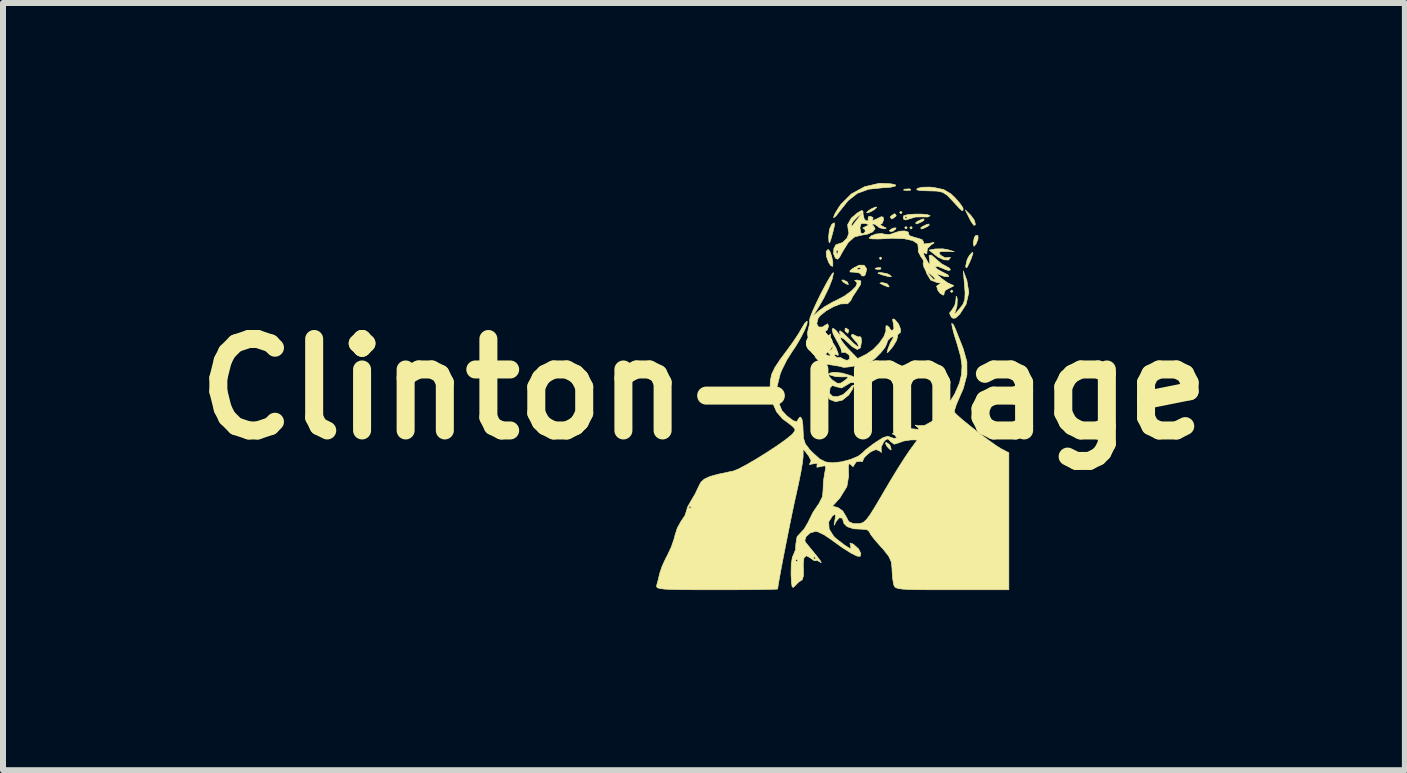
<source format=kicad_pcb>
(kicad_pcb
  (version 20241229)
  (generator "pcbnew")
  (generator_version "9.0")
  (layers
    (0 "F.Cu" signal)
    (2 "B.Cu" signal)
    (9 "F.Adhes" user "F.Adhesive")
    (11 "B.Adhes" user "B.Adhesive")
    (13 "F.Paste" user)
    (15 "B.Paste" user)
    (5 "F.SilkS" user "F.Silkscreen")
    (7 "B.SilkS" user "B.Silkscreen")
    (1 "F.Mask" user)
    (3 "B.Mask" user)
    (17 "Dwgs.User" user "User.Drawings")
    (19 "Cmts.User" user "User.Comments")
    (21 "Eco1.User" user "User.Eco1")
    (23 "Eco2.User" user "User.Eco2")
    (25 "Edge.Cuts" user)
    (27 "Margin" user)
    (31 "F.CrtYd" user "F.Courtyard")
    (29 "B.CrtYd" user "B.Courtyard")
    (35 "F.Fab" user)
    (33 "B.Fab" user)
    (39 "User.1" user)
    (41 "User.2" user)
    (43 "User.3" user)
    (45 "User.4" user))
  (footprint "Clinton-image"
    (layer "F.Cu")
    (at 8.68 3.433)
    (property "Reference" "Clinton-image" (at 0 0 0) (layer "F.SilkS") (effects (font (size 1.524 1.524) (thickness 0.3))))
    (attr through_hole)
    (fp_poly (pts (xy 2.963 -2.18) (xy 2.942 -2.159) (xy 2.921 -2.18) (xy 2.942 -2.201) (xy 2.963 -2.18)) (stroke (width 0.01) (type solid)) (fill yes) (layer "F.SilkS"))
    (fp_poly (pts (xy 3.302 -2.942) (xy 3.281 -2.921) (xy 3.26 -2.942) (xy 3.281 -2.963) (xy 3.302 -2.942)) (stroke (width 0.01) (type solid)) (fill yes) (layer "F.SilkS"))
    (fp_poly (pts (xy 3.387 -2.688) (xy 3.365 -2.667) (xy 3.344 -2.688) (xy 3.365 -2.709) (xy 3.387 -2.688)) (stroke (width 0.01) (type solid)) (fill yes) (layer "F.SilkS"))
    (fp_poly (pts (xy 3.471 -2.688) (xy 3.45 -2.667) (xy 3.429 -2.688) (xy 3.45 -2.709) (xy 3.471 -2.688)) (stroke (width 0.01) (type solid)) (fill yes) (layer "F.SilkS"))
    (fp_poly (pts (xy 4.149 -1.63) (xy 4.128 -1.609) (xy 4.106 -1.63) (xy 4.128 -1.651) (xy 4.149 -1.63)) (stroke (width 0.01) (type solid)) (fill yes) (layer "F.SilkS"))
    (fp_poly (pts (xy 2.952 -2.015) (xy 2.939 -1.996) (xy 2.896 -1.993) (xy 2.851 -2.003) (xy 2.871 -2.019) (xy 2.937 -2.024) (xy 2.952 -2.015)) (stroke (width 0.01) (type solid)) (fill yes) (layer "F.SilkS"))
    (fp_poly (pts (xy 3.203 0.734) (xy 3.197 0.759) (xy 3.175 0.762) (xy 3.14 0.747) (xy 3.147 0.734) (xy 3.197 0.729) (xy 3.203 0.734)) (stroke (width 0.01) (type solid)) (fill yes) (layer "F.SilkS"))
    (fp_poly (pts (xy 3.44 -3.33) (xy 3.445 -3.315) (xy 3.387 -3.309) (xy 3.327 -3.315) (xy 3.334 -3.33) (xy 3.42 -3.336) (xy 3.44 -3.33)) (stroke (width 0.01) (type solid)) (fill yes) (layer "F.SilkS"))
    (fp_poly (pts (xy 2.383 -1.79) (xy 2.392 -1.778) (xy 2.407 -1.74) (xy 2.367 -1.754) (xy 2.328 -1.778) (xy 2.296 -1.812) (xy 2.315 -1.82) (xy 2.383 -1.79)) (stroke (width 0.01) (type solid)) (fill yes) (layer "F.SilkS"))
    (fp_poly (pts (xy 3.196 -2.667) (xy 3.151 -2.631) (xy 3.102 -2.626) (xy 3.09 -2.641) (xy 3.124 -2.668) (xy 3.156 -2.683) (xy 3.2 -2.686) (xy 3.196 -2.667)) (stroke (width 0.01) (type solid)) (fill yes) (layer "F.SilkS"))
    (fp_poly (pts (xy 4.446 -2.895) (xy 4.507 -2.811) (xy 4.523 -2.74) (xy 4.499 -2.727) (xy 4.452 -2.79) (xy 4.431 -2.83) (xy 4.354 -2.985) (xy 4.446 -2.895)) (stroke (width 0.01) (type solid)) (fill yes) (layer "F.SilkS"))
    (fp_poly (pts (xy 2.411 -0.985) (xy 2.413 -0.974) (xy 2.399 -0.932) (xy 2.394 -0.931) (xy 2.358 -0.961) (xy 2.349 -0.974) (xy 2.353 -1.013) (xy 2.368 -1.016) (xy 2.411 -0.985)) (stroke (width 0.01) (type solid)) (fill yes) (layer "F.SilkS"))
    (fp_poly (pts (xy 2.879 -3.03) (xy 2.846 -2.996) (xy 2.794 -2.963) (xy 2.729 -2.936) (xy 2.709 -2.939) (xy 2.742 -2.973) (xy 2.794 -3.006) (xy 2.859 -3.033) (xy 2.879 -3.03)) (stroke (width 0.01) (type solid)) (fill yes) (layer "F.SilkS"))
    (fp_poly (pts (xy 3.048 -1.756) (xy 3.069 -1.736) (xy 3.086 -1.703) (xy 3.061 -1.704) (xy 2.985 -1.736) (xy 2.931 -1.764) (xy 2.955 -1.774) (xy 2.971 -1.775) (xy 3.048 -1.756)) (stroke (width 0.01) (type solid)) (fill yes) (layer "F.SilkS"))
    (fp_poly (pts (xy 3.089 0.923) (xy 3.106 0.953) (xy 3.119 1.008) (xy 3.115 1.016) (xy 3.08 0.988) (xy 3.048 0.953) (xy 3.022 0.901) (xy 3.038 0.889) (xy 3.089 0.923)) (stroke (width 0.01) (type solid)) (fill yes) (layer "F.SilkS"))
    (fp_poly (pts (xy 3.203 -2.895) (xy 3.196 -2.879) (xy 3.14 -2.838) (xy 3.128 -2.836) (xy 3.105 -2.862) (xy 3.111 -2.879) (xy 3.168 -2.919) (xy 3.18 -2.921) (xy 3.203 -2.895)) (stroke (width 0.01) (type solid)) (fill yes) (layer "F.SilkS"))
    (fp_poly (pts (xy 3.669 -2.818) (xy 3.641 -2.794) (xy 3.563 -2.758) (xy 3.535 -2.753) (xy 3.527 -2.77) (xy 3.556 -2.794) (xy 3.633 -2.83) (xy 3.662 -2.835) (xy 3.669 -2.818)) (stroke (width 0.01) (type solid)) (fill yes) (layer "F.SilkS"))
    (fp_poly (pts (xy 3.754 -2.733) (xy 3.725 -2.709) (xy 3.648 -2.674) (xy 3.619 -2.668) (xy 3.612 -2.686) (xy 3.641 -2.709) (xy 3.718 -2.745) (xy 3.747 -2.75) (xy 3.754 -2.733)) (stroke (width 0.01) (type solid)) (fill yes) (layer "F.SilkS"))
    (fp_poly (pts (xy 3.046 -1.925) (xy 3.09 -1.905) (xy 3.124 -1.874) (xy 3.084 -1.872) (xy 2.976 -1.901) (xy 2.963 -1.905) (xy 2.898 -1.93) (xy 2.91 -1.94) (xy 2.942 -1.942) (xy 3.046 -1.925)) (stroke (width 0.01) (type solid)) (fill yes) (layer "F.SilkS"))
    (fp_poly (pts (xy 4.482 -2.262) (xy 4.451 -2.171) (xy 4.425 -2.111) (xy 4.385 -2.029) (xy 4.365 -2.024) (xy 4.362 -2.056) (xy 4.386 -2.159) (xy 4.422 -2.225) (xy 4.472 -2.28) (xy 4.482 -2.262)) (stroke (width 0.01) (type solid)) (fill yes) (layer "F.SilkS"))
    (fp_poly (pts (xy 4.565 -2.558) (xy 4.567 -2.504) (xy 4.538 -2.427) (xy 4.53 -2.413) (xy 4.499 -2.379) (xy 4.488 -2.421) (xy 4.488 -2.442) (xy 4.505 -2.528) (xy 4.53 -2.561) (xy 4.565 -2.558)) (stroke (width 0.01) (type solid)) (fill yes) (layer "F.SilkS"))
    (fp_poly (pts (xy 2.099 -2.292) (xy 2.128 -2.209) (xy 2.147 -2.116) (xy 2.146 -2.051) (xy 2.142 -2.043) (xy 2.111 -2.06) (xy 2.078 -2.11) (xy 2.04 -2.212) (xy 2.036 -2.294) (xy 2.069 -2.328) (xy 2.069 -2.328) (xy 2.099 -2.292)) (stroke (width 0.01) (type solid)) (fill yes) (layer "F.SilkS"))
    (fp_poly (pts (xy 2.177 -2.74) (xy 2.155 -2.642) (xy 2.154 -2.638) (xy 2.116 -2.5) (xy 2.094 -2.439) (xy 2.083 -2.449) (xy 2.078 -2.525) (xy 2.078 -2.545) (xy 2.091 -2.663) (xy 2.13 -2.745) (xy 2.135 -2.75) (xy 2.171 -2.771) (xy 2.177 -2.74)) (stroke (width 0.01) (type solid)) (fill yes) (layer "F.SilkS"))
    (fp_poly (pts (xy 4.064 -2.322) (xy 4.17 -2.29) (xy 4.064 -2.293) (xy 3.954 -2.292) (xy 3.915 -2.278) (xy 3.932 -2.243) (xy 3.946 -2.228) (xy 4.016 -2.188) (xy 4.053 -2.19) (xy 4.101 -2.196) (xy 4.106 -2.189) (xy 4.075 -2.15) (xy 3.999 -2.154) (xy 3.904 -2.197) (xy 3.872 -2.22) (xy 3.752 -2.316) (xy 3.855 -2.335) (xy 3.979 -2.337) (xy 4.064 -2.322)) (stroke (width 0.01) (type solid)) (fill yes) (layer "F.SilkS"))
    (fp_poly (pts (xy 3.118 -3.42) (xy 3.193 -3.402) (xy 3.187 -3.381) (xy 3.101 -3.362) (xy 2.982 -3.355) (xy 2.742 -3.33) (xy 2.556 -3.262) (xy 2.4 -3.139) (xy 2.261 -2.964) (xy 2.2 -2.885) (xy 2.163 -2.856) (xy 2.159 -2.862) (xy 2.182 -2.921) (xy 2.241 -3.019) (xy 2.282 -3.078) (xy 2.455 -3.251) (xy 2.675 -3.371) (xy 2.913 -3.427) (xy 2.966 -3.428) (xy 3.118 -3.42)) (stroke (width 0.01) (type solid)) (fill yes) (layer "F.SilkS"))
    (fp_poly (pts (xy 3.625 -2.915) (xy 3.722 -2.907) (xy 3.767 -2.89) (xy 3.768 -2.888) (xy 3.732 -2.867) (xy 3.646 -2.869) (xy 3.524 -2.867) (xy 3.436 -2.84) (xy 3.356 -2.817) (xy 3.325 -2.833) (xy 3.325 -2.857) (xy 3.344 -2.857) (xy 3.365 -2.836) (xy 3.387 -2.857) (xy 3.365 -2.879) (xy 3.344 -2.857) (xy 3.325 -2.857) (xy 3.324 -2.883) (xy 3.333 -2.89) (xy 3.401 -2.907) (xy 3.509 -2.915) (xy 3.625 -2.915)) (stroke (width 0.01) (type solid)) (fill yes) (layer "F.SilkS"))
    (fp_poly (pts (xy 3.831 -3.359) (xy 3.992 -3.325) (xy 4.113 -3.254) (xy 4.18 -3.191) (xy 4.262 -3.097) (xy 4.312 -3.025) (xy 4.318 -3.006) (xy 4.315 -2.974) (xy 4.296 -2.976) (xy 4.249 -3.02) (xy 4.16 -3.117) (xy 4.145 -3.133) (xy 4.054 -3.229) (xy 3.977 -3.279) (xy 3.881 -3.299) (xy 3.743 -3.303) (xy 3.604 -3.307) (xy 3.544 -3.321) (xy 3.556 -3.344) (xy 3.633 -3.363) (xy 3.758 -3.366) (xy 3.831 -3.359)) (stroke (width 0.01) (type solid)) (fill yes) (layer "F.SilkS"))
    (fp_poly (pts (xy 2.668 -2.064) (xy 2.708 -2.009) (xy 2.709 -1.992) (xy 2.69 -1.911) (xy 2.667 -1.884) (xy 2.628 -1.887) (xy 2.625 -1.903) (xy 2.588 -1.935) (xy 2.511 -1.947) (xy 2.433 -1.951) (xy 2.433 -1.972) (xy 2.479 -2.009) (xy 2.495 -2.018) (xy 2.554 -2.018) (xy 2.56 -1.993) (xy 2.582 -1.99) (xy 2.617 -2.005) (xy 2.611 -2.018) (xy 2.56 -2.023) (xy 2.554 -2.018) (xy 2.495 -2.018) (xy 2.585 -2.065) (xy 2.668 -2.064)) (stroke (width 0.01) (type solid)) (fill yes) (layer "F.SilkS"))
    (fp_poly (pts (xy 4.38 -1.812) (xy 4.413 -1.611) (xy 4.367 -1.412) (xy 4.263 -1.25) (xy 4.193 -1.184) (xy 4.147 -1.18) (xy 4.119 -1.204) (xy 4.091 -1.265) (xy 4.129 -1.314) (xy 4.179 -1.393) (xy 4.197 -1.476) (xy 4.203 -1.547) (xy 4.212 -1.536) (xy 4.221 -1.494) (xy 4.216 -1.383) (xy 4.191 -1.304) (xy 4.172 -1.255) (xy 4.195 -1.268) (xy 4.255 -1.333) (xy 4.317 -1.414) (xy 4.346 -1.493) (xy 4.351 -1.6) (xy 4.343 -1.714) (xy 4.321 -1.968) (xy 4.38 -1.812)) (stroke (width 0.01) (type solid)) (fill yes) (layer "F.SilkS"))
    (fp_poly (pts (xy 2.304 -0.266) (xy 2.444 -0.225) (xy 2.465 -0.217) (xy 2.569 -0.164) (xy 2.619 -0.123) (xy 2.608 -0.105) (xy 2.539 -0.115) (xy 2.438 -0.105) (xy 2.373 -0.065) (xy 2.292 -0.018) (xy 2.209 -0.038) (xy 2.138 -0.06) (xy 2.1 -0.019) (xy 2.1 -0.017) (xy 2.093 0.071) (xy 2.142 0.12) (xy 2.224 0.127) (xy 2.32 0.091) (xy 2.408 0.011) (xy 2.465 -0.054) (xy 2.495 -0.065) (xy 2.496 -0.059) (xy 2.473 0.005) (xy 2.415 0.094) (xy 2.41 0.1) (xy 2.307 0.184) (xy 2.194 0.21) (xy 2.097 0.173) (xy 2.082 0.157) (xy 2.056 0.084) (xy 2.044 -0.036) (xy 2.045 -0.086) (xy 2.054 -0.203) (xy 2.073 -0.243) (xy 2.08 -0.243) (xy 2.082 -0.214) (xy 2.127 -0.161) (xy 2.148 -0.144) (xy 2.224 -0.095) (xy 2.282 -0.1) (xy 2.352 -0.148) (xy 2.402 -0.191) (xy 2.386 -0.205) (xy 2.306 -0.203) (xy 2.197 -0.207) (xy 2.126 -0.227) (xy 2.08 -0.243) (xy 2.073 -0.243) (xy 2.08 -0.259) (xy 2.139 -0.278) (xy 2.18 -0.28) (xy 2.304 -0.266)) (stroke (width 0.01) (type solid)) (fill yes) (layer "F.SilkS"))
    (fp_poly (pts (xy 2.65 -2.964) (xy 2.651 -2.911) (xy 2.671 -2.831) (xy 2.705 -2.803) (xy 2.742 -2.807) (xy 2.734 -2.831) (xy 2.739 -2.872) (xy 2.773 -2.879) (xy 2.818 -2.857) (xy 2.813 -2.832) (xy 2.81 -2.807) (xy 2.868 -2.831) (xy 2.871 -2.832) (xy 2.953 -2.872) (xy 2.986 -2.865) (xy 2.992 -2.815) (xy 2.967 -2.757) (xy 2.946 -2.749) (xy 2.941 -2.733) (xy 2.985 -2.709) (xy 3.038 -2.681) (xy 3.014 -2.671) (xy 2.998 -2.67) (xy 2.921 -2.689) (xy 2.9 -2.709) (xy 2.838 -2.75) (xy 2.823 -2.751) (xy 2.799 -2.739) (xy 2.828 -2.716) (xy 2.852 -2.67) (xy 2.811 -2.62) (xy 2.723 -2.581) (xy 2.632 -2.566) (xy 2.51 -2.536) (xy 2.407 -2.448) (xy 2.312 -2.295) (xy 2.26 -2.199) (xy 2.228 -2.164) (xy 2.199 -2.176) (xy 2.187 -2.187) (xy 2.159 -2.256) (xy 2.161 -2.286) (xy 2.201 -2.286) (xy 2.217 -2.251) (xy 2.23 -2.258) (xy 2.235 -2.308) (xy 2.23 -2.314) (xy 2.204 -2.308) (xy 2.201 -2.286) (xy 2.161 -2.286) (xy 2.164 -2.341) (xy 2.197 -2.403) (xy 2.223 -2.413) (xy 2.312 -2.443) (xy 2.384 -2.515) (xy 2.415 -2.599) (xy 2.406 -2.64) (xy 2.4 -2.682) (xy 2.599 -2.682) (xy 2.615 -2.599) (xy 2.654 -2.588) (xy 2.688 -2.625) (xy 2.681 -2.664) (xy 2.659 -2.67) (xy 2.646 -2.684) (xy 2.686 -2.705) (xy 2.744 -2.732) (xy 2.723 -2.749) (xy 2.684 -2.76) (xy 2.619 -2.759) (xy 2.6 -2.697) (xy 2.599 -2.682) (xy 2.4 -2.682) (xy 2.394 -2.738) (xy 2.455 -2.738) (xy 2.463 -2.71) (xy 2.466 -2.713) (xy 2.498 -2.755) (xy 2.559 -2.833) (xy 2.562 -2.836) (xy 2.646 -2.942) (xy 2.551 -2.862) (xy 2.482 -2.79) (xy 2.455 -2.738) (xy 2.394 -2.738) (xy 2.394 -2.74) (xy 2.455 -2.849) (xy 2.554 -2.933) (xy 2.626 -2.976) (xy 2.65 -2.964)) (stroke (width 0.01) (type solid)) (fill yes) (layer "F.SilkS"))
    (fp_poly (pts (xy 3.404 -2.616) (xy 3.408 -2.582) (xy 3.43 -2.554) (xy 3.513 -2.526) (xy 3.536 -2.521) (xy 3.634 -2.491) (xy 3.659 -2.452) (xy 3.657 -2.447) (xy 3.664 -2.419) (xy 3.744 -2.427) (xy 3.751 -2.428) (xy 3.83 -2.444) (xy 3.834 -2.435) (xy 3.784 -2.403) (xy 3.724 -2.341) (xy 3.716 -2.291) (xy 3.713 -2.253) (xy 3.684 -2.264) (xy 3.654 -2.273) (xy 3.669 -2.226) (xy 3.685 -2.196) (xy 3.74 -2.099) (xy 3.766 -2.078) (xy 3.76 -2.135) (xy 3.757 -2.148) (xy 3.751 -2.227) (xy 3.788 -2.234) (xy 3.864 -2.17) (xy 3.873 -2.16) (xy 3.961 -2.086) (xy 4.027 -2.051) (xy 4.093 -2.013) (xy 4.106 -1.986) (xy 4.074 -1.975) (xy 3.995 -2.003) (xy 3.979 -2.011) (xy 3.895 -2.045) (xy 3.853 -2.042) (xy 3.852 -2.038) (xy 3.887 -1.998) (xy 3.973 -1.95) (xy 3.987 -1.944) (xy 4.063 -1.904) (xy 4.079 -1.876) (xy 4.074 -1.873) (xy 4.002 -1.878) (xy 3.929 -1.904) (xy 3.88 -1.924) (xy 3.895 -1.9) (xy 3.958 -1.844) (xy 4.056 -1.773) (xy 4.136 -1.735) (xy 4.149 -1.733) (xy 4.16 -1.719) (xy 4.104 -1.689) (xy 4.095 -1.686) (xy 4.02 -1.645) (xy 4.003 -1.605) (xy 4.003 -1.605) (xy 3.997 -1.569) (xy 3.983 -1.566) (xy 3.931 -1.599) (xy 3.896 -1.648) (xy 3.876 -1.715) (xy 3.921 -1.747) (xy 3.927 -1.749) (xy 3.953 -1.764) (xy 3.897 -1.773) (xy 3.889 -1.773) (xy 3.778 -1.816) (xy 3.712 -1.925) (xy 3.707 -1.947) (xy 3.728 -1.947) (xy 3.739 -1.925) (xy 3.762 -1.894) (xy 3.824 -1.829) (xy 3.852 -1.829) (xy 3.852 -1.836) (xy 3.823 -1.872) (xy 3.778 -1.91) (xy 3.728 -1.947) (xy 3.707 -1.947) (xy 3.707 -1.947) (xy 3.683 -1.998) (xy 3.668 -2.024) (xy 3.65 -2.087) (xy 3.658 -2.105) (xy 3.653 -2.152) (xy 3.614 -2.207) (xy 3.57 -2.29) (xy 3.571 -2.348) (xy 3.562 -2.42) (xy 3.48 -2.474) (xy 3.335 -2.506) (xy 3.137 -2.513) (xy 3.059 -2.508) (xy 2.91 -2.501) (xy 2.801 -2.503) (xy 2.752 -2.513) (xy 2.752 -2.515) (xy 2.788 -2.554) (xy 2.87 -2.584) (xy 2.961 -2.592) (xy 3.006 -2.581) (xy 3.092 -2.574) (xy 3.172 -2.602) (xy 3.26 -2.631) (xy 3.346 -2.635) (xy 3.404 -2.616)) (stroke (width 0.01) (type solid)) (fill yes) (layer "F.SilkS"))
    (fp_poly (pts (xy 2.137 -1.835) (xy 2.079 -1.686) (xy 1.995 -1.514) (xy 1.918 -1.381) (xy 1.809 -1.206) (xy 1.91 -1.3) (xy 2.012 -1.374) (xy 2.149 -1.452) (xy 2.203 -1.477) (xy 2.341 -1.55) (xy 2.454 -1.632) (xy 2.53 -1.708) (xy 2.553 -1.768) (xy 2.533 -1.791) (xy 2.511 -1.811) (xy 2.551 -1.817) (xy 2.614 -1.802) (xy 2.611 -1.746) (xy 2.547 -1.646) (xy 2.481 -1.547) (xy 2.443 -1.472) (xy 2.393 -1.42) (xy 2.355 -1.422) (xy 2.273 -1.418) (xy 2.157 -1.373) (xy 2.035 -1.304) (xy 1.938 -1.226) (xy 1.902 -1.181) (xy 1.879 -1.089) (xy 1.909 -1.034) (xy 1.974 -1.034) (xy 2.009 -1.057) (xy 2.06 -1.088) (xy 2.074 -1.052) (xy 2.074 -1.042) (xy 2.054 -0.983) (xy 2.033 -0.974) (xy 2.011 -0.942) (xy 2.018 -0.907) (xy 2.047 -0.864) (xy 2.084 -0.896) (xy 2.11 -0.918) (xy 2.105 -0.864) (xy 2.103 -0.857) (xy 2.099 -0.792) (xy 2.114 -0.782) (xy 2.153 -0.763) (xy 2.195 -0.695) (xy 2.236 -0.596) (xy 2.236 -0.56) (xy 2.195 -0.576) (xy 2.166 -0.581) (xy 2.178 -0.554) (xy 2.219 -0.521) (xy 2.233 -0.526) (xy 2.281 -0.524) (xy 2.312 -0.504) (xy 2.382 -0.476) (xy 2.427 -0.501) (xy 2.422 -0.559) (xy 2.41 -0.575) (xy 2.351 -0.614) (xy 2.322 -0.61) (xy 2.294 -0.611) (xy 2.295 -0.621) (xy 2.282 -0.675) (xy 2.234 -0.771) (xy 2.207 -0.817) (xy 2.152 -0.922) (xy 2.135 -0.992) (xy 2.151 -1.015) (xy 2.201 -0.976) (xy 2.223 -0.949) (xy 2.269 -0.893) (xy 2.273 -0.906) (xy 2.257 -0.953) (xy 2.266 -0.972) (xy 2.32 -0.933) (xy 2.405 -0.849) (xy 2.497 -0.758) (xy 2.561 -0.707) (xy 2.582 -0.706) (xy 2.553 -0.769) (xy 2.519 -0.804) (xy 2.465 -0.868) (xy 2.455 -0.899) (xy 2.479 -0.915) (xy 2.512 -0.895) (xy 2.574 -0.868) (xy 2.597 -0.875) (xy 2.617 -0.861) (xy 2.625 -0.793) (xy 2.607 -0.687) (xy 2.554 -0.659) (xy 2.469 -0.708) (xy 2.415 -0.76) (xy 2.336 -0.833) (xy 2.283 -0.862) (xy 2.273 -0.858) (xy 2.289 -0.812) (xy 2.351 -0.729) (xy 2.407 -0.667) (xy 2.561 -0.508) (xy 2.708 -0.582) (xy 2.819 -0.659) (xy 2.922 -0.765) (xy 2.999 -0.877) (xy 3.033 -0.972) (xy 3.03 -1.003) (xy 3.033 -1.052) (xy 3.049 -1.058) (xy 3.089 -1.026) (xy 3.09 -1.016) (xy 3.123 -0.976) (xy 3.137 -0.974) (xy 3.165 -1.009) (xy 3.156 -1.087) (xy 3.142 -1.162) (xy 3.162 -1.169) (xy 3.189 -1.149) (xy 3.243 -1.082) (xy 3.274 -1.003) (xy 3.274 -0.944) (xy 3.254 -0.931) (xy 3.224 -0.899) (xy 3.226 -0.877) (xy 3.21 -0.812) (xy 3.154 -0.718) (xy 3.138 -0.697) (xy 3.074 -0.62) (xy 3.052 -0.607) (xy 3.062 -0.654) (xy 3.069 -0.677) (xy 3.11 -0.78) (xy 3.144 -0.837) (xy 3.162 -0.874) (xy 3.117 -0.864) (xy 3.058 -0.804) (xy 3.048 -0.762) (xy 3.018 -0.697) (xy 2.946 -0.606) (xy 2.854 -0.513) (xy 2.768 -0.443) (xy 2.718 -0.421) (xy 2.661 -0.413) (xy 2.554 -0.394) (xy 2.509 -0.385) (xy 2.397 -0.367) (xy 2.327 -0.362) (xy 2.317 -0.364) (xy 2.27 -0.378) (xy 2.173 -0.395) (xy 2.157 -0.397) (xy 2.01 -0.42) (xy 1.921 -0.456) (xy 1.86 -0.526) (xy 1.802 -0.651) (xy 1.793 -0.671) (xy 1.756 -0.776) (xy 1.907 -0.776) (xy 1.934 -0.674) (xy 2.003 -0.588) (xy 2.086 -0.551) (xy 2.088 -0.551) (xy 2.114 -0.563) (xy 2.091 -0.583) (xy 2.041 -0.638) (xy 2.085 -0.638) (xy 2.091 -0.635) (xy 2.129 -0.665) (xy 2.138 -0.677) (xy 2.149 -0.717) (xy 2.143 -0.72) (xy 2.104 -0.69) (xy 2.095 -0.677) (xy 2.085 -0.638) (xy 2.041 -0.638) (xy 2.04 -0.639) (xy 1.98 -0.735) (xy 1.976 -0.741) (xy 1.931 -0.819) (xy 1.911 -0.826) (xy 1.907 -0.776) (xy 1.756 -0.776) (xy 1.738 -0.826) (xy 1.727 -0.91) (xy 1.82 -0.91) (xy 1.841 -0.889) (xy 1.863 -0.91) (xy 1.841 -0.931) (xy 1.82 -0.91) (xy 1.727 -0.91) (xy 1.724 -0.935) (xy 1.739 -1.003) (xy 1.762 -1.093) (xy 1.758 -1.141) (xy 1.768 -1.19) (xy 1.81 -1.297) (xy 1.878 -1.446) (xy 1.948 -1.589) (xy 2.032 -1.748) (xy 2.1 -1.867) (xy 2.145 -1.934) (xy 2.159 -1.938) (xy 2.137 -1.835)) (stroke (width 0.01) (type solid)) (fill yes) (layer "F.SilkS"))
    (fp_poly (pts (xy 1.721 -1.13) (xy 1.716 -1.081) (xy 1.676 -0.983) (xy 1.613 -0.857) (xy 1.536 -0.725) (xy 1.457 -0.608) (xy 1.457 -0.607) (xy 1.381 -0.487) (xy 1.304 -0.333) (xy 1.272 -0.259) (xy 1.215 -0.031) (xy 1.225 0.179) (xy 1.298 0.357) (xy 1.382 0.448) (xy 1.49 0.528) (xy 1.55 0.545) (xy 1.566 0.508) (xy 1.599 0.467) (xy 1.609 0.466) (xy 1.633 0.504) (xy 1.648 0.601) (xy 1.651 0.682) (xy 1.658 0.818) (xy 1.689 0.913) (xy 1.76 1.007) (xy 1.815 1.063) (xy 1.929 1.165) (xy 2.025 1.214) (xy 2.139 1.228) (xy 2.149 1.228) (xy 2.292 1.212) (xy 2.442 1.173) (xy 2.57 1.119) (xy 2.644 1.062) (xy 2.645 1.06) (xy 2.693 1.013) (xy 2.787 0.94) (xy 2.862 0.886) (xy 2.984 0.81) (xy 3.061 0.785) (xy 3.11 0.803) (xy 3.171 0.824) (xy 3.261 0.792) (xy 3.298 0.771) (xy 3.377 0.714) (xy 3.408 0.673) (xy 3.406 0.669) (xy 3.425 0.658) (xy 3.502 0.665) (xy 3.577 0.673) (xy 3.58 0.655) (xy 3.556 0.634) (xy 3.518 0.6) (xy 3.554 0.605) (xy 3.571 0.61) (xy 3.68 0.604) (xy 3.807 0.534) (xy 3.94 0.414) (xy 4.068 0.258) (xy 4.178 0.082) (xy 4.257 -0.1) (xy 4.291 -0.24) (xy 4.299 -0.386) (xy 4.278 -0.54) (xy 4.224 -0.733) (xy 4.215 -0.762) (xy 4.168 -0.912) (xy 4.138 -1.029) (xy 4.128 -1.091) (xy 4.129 -1.095) (xy 4.155 -1.075) (xy 4.185 -1.011) (xy 4.223 -0.916) (xy 4.278 -0.778) (xy 4.318 -0.677) (xy 4.381 -0.455) (xy 4.382 -0.24) (xy 4.321 -0.009) (xy 4.257 0.137) (xy 4.204 0.261) (xy 4.175 0.353) (xy 4.173 0.387) (xy 4.222 0.437) (xy 4.321 0.523) (xy 4.453 0.63) (xy 4.599 0.745) (xy 4.742 0.852) (xy 4.864 0.939) (xy 4.946 0.991) (xy 4.948 0.992) (xy 5.08 1.061) (xy 5.08 3.344) (xy 4.132 3.344) (xy 3.826 3.344) (xy 3.594 3.343) (xy 3.425 3.34) (xy 3.309 3.333) (xy 3.235 3.323) (xy 3.193 3.307) (xy 3.172 3.285) (xy 3.161 3.256) (xy 3.159 3.249) (xy 3.142 3.143) (xy 3.133 3.007) (xy 3.133 2.989) (xy 3.122 2.883) (xy 3.08 2.788) (xy 2.994 2.677) (xy 2.942 2.62) (xy 2.845 2.51) (xy 2.776 2.42) (xy 2.752 2.372) (xy 2.715 2.342) (xy 2.635 2.335) (xy 2.494 2.328) (xy 2.385 2.292) (xy 2.331 2.237) (xy 2.328 2.222) (xy 2.305 2.15) (xy 2.253 2.145) (xy 2.2 2.208) (xy 2.2 2.209) (xy 2.172 2.268) (xy 2.169 2.254) (xy 2.182 2.183) (xy 2.194 2.102) (xy 2.176 2.089) (xy 2.14 2.114) (xy 2.078 2.214) (xy 2.086 2.333) (xy 2.162 2.454) (xy 2.212 2.5) (xy 2.344 2.601) (xy 2.42 2.65) (xy 2.45 2.651) (xy 2.443 2.611) (xy 2.433 2.565) (xy 2.471 2.576) (xy 2.498 2.593) (xy 2.577 2.664) (xy 2.614 2.741) (xy 2.603 2.787) (xy 2.551 2.783) (xy 2.447 2.731) (xy 2.303 2.639) (xy 2.13 2.515) (xy 2.124 2.51) (xy 2.007 2.431) (xy 1.905 2.381) (xy 1.862 2.371) (xy 1.771 2.396) (xy 1.703 2.455) (xy 1.68 2.524) (xy 1.692 2.553) (xy 1.742 2.614) (xy 1.822 2.712) (xy 1.872 2.773) (xy 1.935 2.855) (xy 1.955 2.893) (xy 1.937 2.884) (xy 1.88 2.851) (xy 1.863 2.859) (xy 1.837 2.86) (xy 1.782 2.819) (xy 1.776 2.815) (xy 1.82 2.815) (xy 1.841 2.836) (xy 1.863 2.815) (xy 1.841 2.794) (xy 1.82 2.815) (xy 1.776 2.815) (xy 1.709 2.777) (xy 1.666 2.811) (xy 1.654 2.923) (xy 1.658 3.006) (xy 1.657 3.113) (xy 1.638 3.176) (xy 1.63 3.182) (xy 1.572 3.22) (xy 1.524 3.27) (xy 1.489 3.305) (xy 1.469 3.295) (xy 1.458 3.226) (xy 1.451 3.085) (xy 1.454 2.919) (xy 1.464 2.857) (xy 1.524 2.857) (xy 1.545 2.879) (xy 1.566 2.857) (xy 1.545 2.836) (xy 1.524 2.857) (xy 1.464 2.857) (xy 1.473 2.799) (xy 1.492 2.76) (xy 1.526 2.674) (xy 1.531 2.581) (xy 1.551 2.46) (xy 1.601 2.406) (xy 1.67 2.331) (xy 1.738 2.215) (xy 1.754 2.18) (xy 1.819 2.05) (xy 1.886 1.951) (xy 2.141 1.951) (xy 2.232 1.974) (xy 2.311 2.03) (xy 2.366 2.121) (xy 2.412 2.208) (xy 2.488 2.241) (xy 2.548 2.243) (xy 2.606 2.24) (xy 2.655 2.221) (xy 2.706 2.177) (xy 2.767 2.095) (xy 2.849 1.964) (xy 2.962 1.773) (xy 2.985 1.733) (xy 3.106 1.528) (xy 3.226 1.331) (xy 3.332 1.164) (xy 3.41 1.047) (xy 3.418 1.035) (xy 3.555 0.847) (xy 3.447 0.847) (xy 3.325 0.866) (xy 3.25 0.894) (xy 3.171 0.919) (xy 3.115 0.88) (xy 3.11 0.874) (xy 3.066 0.828) (xy 3.023 0.849) (xy 2.996 0.879) (xy 2.954 0.962) (xy 2.953 1.016) (xy 2.958 1.056) (xy 2.921 1.029) (xy 2.866 1.007) (xy 2.789 1.039) (xy 2.748 1.068) (xy 2.674 1.135) (xy 2.648 1.186) (xy 2.65 1.192) (xy 2.638 1.21) (xy 2.606 1.202) (xy 2.538 1.212) (xy 2.513 1.248) (xy 2.484 1.294) (xy 2.45 1.263) (xy 2.421 1.237) (xy 2.407 1.283) (xy 2.409 1.405) (xy 2.411 1.447) (xy 2.381 1.625) (xy 2.266 1.812) (xy 2.229 1.854) (xy 2.141 1.951) (xy 1.886 1.951) (xy 1.892 1.941) (xy 1.908 1.923) (xy 1.975 1.792) (xy 1.984 1.69) (xy 1.99 1.539) (xy 2.011 1.403) (xy 2.029 1.309) (xy 2.014 1.277) (xy 1.954 1.289) (xy 1.948 1.291) (xy 1.882 1.303) (xy 1.882 1.273) (xy 1.884 1.27) (xy 1.887 1.237) (xy 1.822 1.245) (xy 1.815 1.247) (xy 1.757 1.257) (xy 1.764 1.24) (xy 1.786 1.194) (xy 1.746 1.116) (xy 1.734 1.1) (xy 1.653 0.995) (xy 1.652 1.127) (xy 1.642 1.222) (xy 1.616 1.376) (xy 1.578 1.565) (xy 1.544 1.72) (xy 1.511 1.867) (xy 1.47 2.06) (xy 1.425 2.282) (xy 1.378 2.517) (xy 1.332 2.75) (xy 1.291 2.963) (xy 1.258 3.142) (xy 1.236 3.27) (xy 1.228 3.331) (xy 1.228 3.332) (xy 1.187 3.335) (xy 1.074 3.338) (xy 0.899 3.341) (xy 0.674 3.343) (xy 0.41 3.344) (xy 0.209 3.344) (xy -0.111 3.344) (xy -0.355 3.342) (xy -0.535 3.339) (xy -0.658 3.333) (xy -0.735 3.323) (xy -0.776 3.31) (xy -0.79 3.292) (xy -0.788 3.27) (xy -0.762 3.175) (xy -0.737 3.069) (xy -0.697 2.951) (xy -0.633 2.812) (xy -0.611 2.773) (xy -0.543 2.628) (xy -0.493 2.48) (xy -0.486 2.446) (xy -0.444 2.314) (xy -0.382 2.203) (xy -0.377 2.196) (xy -0.318 2.108) (xy -0.296 2.043) (xy -0.274 1.968) (xy -0.254 1.968) (xy -0.233 1.99) (xy -0.212 1.968) (xy -0.233 1.947) (xy -0.254 1.968) (xy -0.274 1.968) (xy -0.274 1.966) (xy -0.219 1.869) (xy -0.146 1.745) (xy -0.088 1.622) (xy -0.052 1.553) (xy 0.004 1.501) (xy 0.095 1.458) (xy 0.235 1.419) (xy 0.442 1.375) (xy 0.485 1.367) (xy 0.57 1.334) (xy 0.705 1.263) (xy 0.87 1.167) (xy 1.047 1.057) (xy 1.217 0.945) (xy 1.361 0.843) (xy 1.459 0.764) (xy 1.482 0.74) (xy 1.513 0.7) (xy 1.516 0.667) (xy 1.481 0.625) (xy 1.397 0.559) (xy 1.308 0.494) (xy 1.209 0.378) (xy 1.136 0.209) (xy 1.102 0.017) (xy 1.101 -0.022) (xy 1.106 -0.145) (xy 1.129 -0.249) (xy 1.18 -0.356) (xy 1.267 -0.489) (xy 1.376 -0.635) (xy 1.48 -0.778) (xy 1.573 -0.917) (xy 1.627 -1.009) (xy 1.678 -1.095) (xy 1.715 -1.131) (xy 1.721 -1.13)) (stroke (width 0.01) (type solid)) (fill yes) (layer "F.SilkS")))
  (gr_rect
    (start -3 -3)
    (end 20.359 9.783)
    (stroke (width 0.1) (type default))
    (fill no)
    (layer "Edge.Cuts")))
</source>
